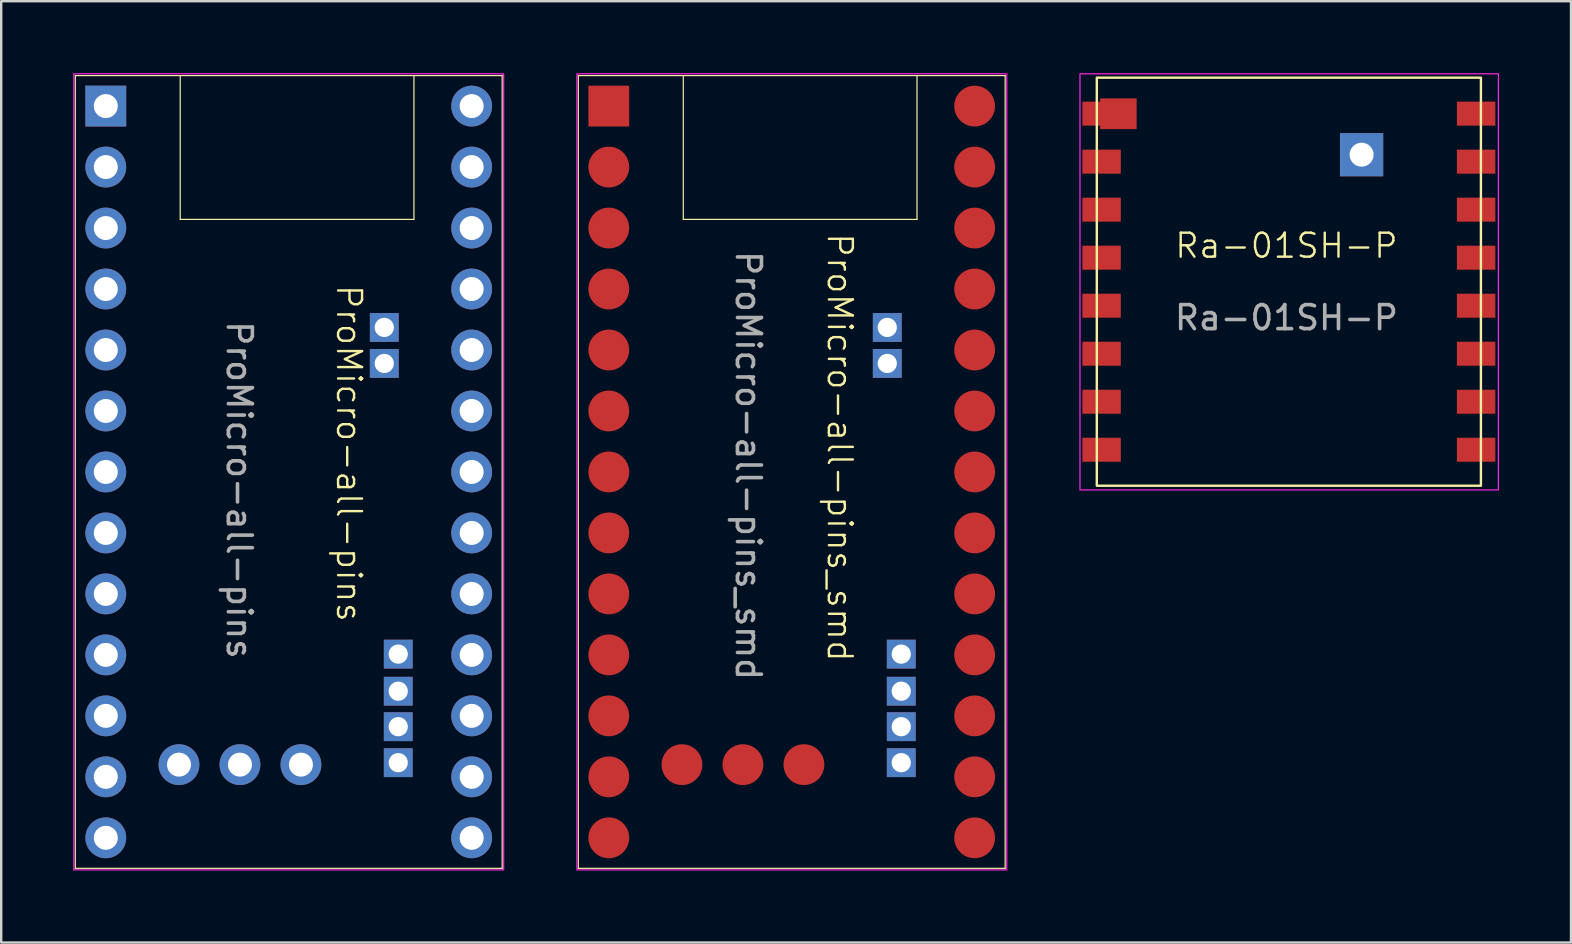
<source format=kicad_pcb>
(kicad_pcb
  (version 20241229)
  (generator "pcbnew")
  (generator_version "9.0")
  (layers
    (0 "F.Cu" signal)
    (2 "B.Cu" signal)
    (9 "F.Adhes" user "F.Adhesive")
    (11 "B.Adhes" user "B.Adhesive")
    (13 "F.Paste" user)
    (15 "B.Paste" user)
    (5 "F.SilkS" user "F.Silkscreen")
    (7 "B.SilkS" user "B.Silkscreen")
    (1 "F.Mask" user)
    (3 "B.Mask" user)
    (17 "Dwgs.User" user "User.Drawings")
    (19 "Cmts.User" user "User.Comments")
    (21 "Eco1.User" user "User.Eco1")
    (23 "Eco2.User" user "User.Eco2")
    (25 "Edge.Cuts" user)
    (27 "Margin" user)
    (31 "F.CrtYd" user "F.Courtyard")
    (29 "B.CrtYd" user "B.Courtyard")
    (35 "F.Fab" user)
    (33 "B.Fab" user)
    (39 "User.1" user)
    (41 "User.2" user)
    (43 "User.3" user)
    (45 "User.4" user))
  (footprint "ProMicro-all-pins_smd"
    (layer "F.Cu")
    (at 30.409 16.089)
    (property "Reference" "ProMicro-all-pins_smd" (at 1.524 -0.5 270) (unlocked yes) (layer "F.SilkS") (effects (font (size 1 1) (thickness 0.1))))
    (attr exclude_from_pos_files exclude_from_bom)
    (fp_line (start -9.37 -15.99) (end 8.41 -15.99) (stroke (width 0.05) (type default)) (layer "F.SilkS"))
    (fp_line (start -9.37 17.03) (end -9.37 -15.99) (stroke (width 0.05) (type default)) (layer "F.SilkS"))
    (fp_line (start -4.997 -10) (end -4.997 -15.99) (stroke (width 0.05) (type default)) (layer "F.SilkS"))
    (fp_line (start 4.738 -15.99) (end 4.738 -10) (stroke (width 0.05) (type default)) (layer "F.SilkS"))
    (fp_line (start 4.738 -10) (end -4.997 -10) (stroke (width 0.05) (type default)) (layer "F.SilkS"))
    (fp_line (start 8.41 -15.99) (end 8.41 17.03) (stroke (width 0.05) (type default)) (layer "F.SilkS"))
    (fp_line (start 8.41 17.03) (end -9.37 17.03) (stroke (width 0.05) (type default)) (layer "F.SilkS"))
    (fp_rect (start -9.429 -16.064) (end 8.477 17.096) (stroke (width 0.05) (type default)) (fill no) (layer "F.CrtYd"))
    (fp_text user "${REFERENCE}" (at -2.286 0.254 270) (unlocked yes) (layer "F.Fab") (effects (font (size 1 1) (thickness 0.15))))
    (pad "1" smd rect (at -8.1 -14.72 180) (size 1.7 1.7) (layers "F.Cu" "F.Mask"))
    (pad "1" smd circle (at -8.1 -7.1 180) (size 1.7 1.7) (layers "F.Cu" "F.Mask"))
    (pad "1" smd circle (at -8.1 -4.56 180) (size 1.7 1.7) (layers "F.Cu" "F.Mask"))
    (pad "1" thru_hole rect (at 4.082 12.63) (size 1.2 1.2) (drill 0.8) (layers "*.Cu" "*.Mask"))
    (pad "1" smd circle (at 7.14 -9.64 180) (size 1.7 1.7) (layers "F.Cu" "F.Mask"))
    (pad "2" smd circle (at -8.1 -12.18 180) (size 1.7 1.7) (layers "F.Cu" "F.Mask"))
    (pad "3" smd circle (at -8.1 -9.64 180) (size 1.7 1.7) (layers "F.Cu" "F.Mask"))
    (pad "6" smd circle (at -8.1 -2.02 180) (size 1.7 1.7) (layers "F.Cu" "F.Mask"))
    (pad "7" smd circle (at -8.1 0.52 180) (size 1.7 1.7) (layers "F.Cu" "F.Mask"))
    (pad "8" smd circle (at -8.1 3.06 180) (size 1.7 1.7) (layers "F.Cu" "F.Mask"))
    (pad "9" smd circle (at -8.1 5.6 180) (size 1.7 1.7) (layers "F.Cu" "F.Mask"))
    (pad "10" smd circle (at -8.1 8.14 180) (size 1.7 1.7) (layers "F.Cu" "F.Mask"))
    (pad "11" smd circle (at -8.1 10.68 180) (size 1.7 1.7) (layers "F.Cu" "F.Mask"))
    (pad "12" smd circle (at -8.1 13.22 180) (size 1.7 1.7) (layers "F.Cu" "F.Mask"))
    (pad "13" smd circle (at -8.1 15.76 180) (size 1.7 1.7) (layers "F.Cu" "F.Mask"))
    (pad "14" smd circle (at 7.14 15.76 180) (size 1.7 1.7) (layers "F.Cu" "F.Mask"))
    (pad "15" smd circle (at 7.14 13.22 180) (size 1.7 1.7) (layers "F.Cu" "F.Mask"))
    (pad "16" smd circle (at 7.14 10.68 180) (size 1.7 1.7) (layers "F.Cu" "F.Mask"))
    (pad "17" smd circle (at 7.14 8.14 180) (size 1.7 1.7) (layers "F.Cu" "F.Mask"))
    (pad "18" smd circle (at 7.14 5.6 180) (size 1.7 1.7) (layers "F.Cu" "F.Mask"))
    (pad "19" smd circle (at 7.14 3.06 180) (size 1.7 1.7) (layers "F.Cu" "F.Mask"))
    (pad "20" smd circle (at 7.14 0.52 180) (size 1.7 1.7) (layers "F.Cu" "F.Mask"))
    (pad "21" smd circle (at 7.14 -2.02 180) (size 1.7 1.7) (layers "F.Cu" "F.Mask"))
    (pad "22" smd circle (at 7.14 -4.56 180) (size 1.7 1.7) (layers "F.Cu" "F.Mask"))
    (pad "23" smd circle (at 7.14 -7.1 180) (size 1.7 1.7) (layers "F.Cu" "F.Mask"))
    (pad "25" smd circle (at 7.14 -14.72 180) (size 1.7 1.7) (layers "F.Cu" "F.Mask"))
    (pad "25" smd circle (at 7.14 -12.18 180) (size 1.7 1.7) (layers "F.Cu" "F.Mask"))
    (pad "i1" smd circle (at -5.052 12.712 180) (size 1.7 1.7) (layers "F.Cu" "F.Mask"))
    (pad "i2" smd circle (at -2.512 12.712 180) (size 1.7 1.7) (layers "F.Cu" "F.Mask"))
    (pad "i3" smd circle (at 0.028 12.712 180) (size 1.7 1.7) (layers "F.Cu" "F.Mask"))
    (pad "i5" thru_hole rect (at 4.082 11.131) (size 1.2 1.2) (drill 0.8) (layers "*.Cu" "*.Mask"))
    (pad "i6" thru_hole rect (at 4.082 9.653) (size 1.2 1.2) (drill 0.8) (layers "*.Cu" "*.Mask"))
    (pad "i7" thru_hole rect (at 4.082 8.108) (size 1.2 1.2) (drill 0.8) (layers "*.Cu" "*.Mask"))
    (pad "i8" thru_hole rect (at 3.5 -4) (size 1.2 1.2) (drill 0.8) (layers "*.Cu" "*.Mask"))
    (pad "i9" thru_hole rect (at 3.5 -5.5) (size 1.2 1.2) (drill 0.8) (layers "*.Cu" "*.Mask")))
  (footprint "Ra-01SH-P"
    (layer "F.Cu")
    (at 50.437 9.684)
    (property "Reference" "Ra-01SH-P" (at 0.1 -2.5 0) (unlocked yes) (layer "F.SilkS") (effects (font (size 1 1) (thickness 0.1))))
    (attr exclude_from_pos_files exclude_from_bom)
    (fp_rect (start -7.8 -9.5) (end 8.2 7.5) (stroke (width 0.1) (type default)) (fill no) (layer "F.SilkS"))
    (fp_rect (start -8.501 -9.659) (end 8.928 7.674) (stroke (width 0.05) (type default)) (fill no) (layer "F.CrtYd"))
    (fp_text user "${REFERENCE}" (at 0.1 0.5 0) (unlocked yes) (layer "F.Fab") (effects (font (size 1 1) (thickness 0.15))))
    (pad "1" smd custom (at -7.6 -8) (size 1.6 1) (layers "F.Cu" "F.Mask" "F.Paste") (options (anchor rect)) (primitives (gr_rect (start -0.06 -0.635) (end 1.46 0.645) (width 0) (fill yes))))
    (pad "2" smd rect (at -7.6 -6) (size 1.6 1) (layers "F.Cu" "F.Mask" "F.Paste"))
    (pad "2" thru_hole rect (at 3.23 -6.29) (size 1.8 1.8) (drill 1) (layers "*.Cu" "*.Mask"))
    (pad "2" smd rect (at 8 -8) (size 1.6 1) (layers "F.Cu" "F.Mask" "F.Paste"))
    (pad "2" smd rect (at 8 6) (size 1.6 1) (layers "F.Cu" "F.Mask" "F.Paste"))
    (pad "3" smd rect (at -7.6 -4) (size 1.6 1) (layers "F.Cu" "F.Mask" "F.Paste"))
    (pad "4" smd rect (at -7.6 -2) (size 1.6 1) (layers "F.Cu" "F.Mask" "F.Paste"))
    (pad "5" smd rect (at -7.6 0) (size 1.6 1) (layers "F.Cu" "F.Mask" "F.Paste"))
    (pad "6" smd rect (at -7.6 2) (size 1.6 1) (layers "F.Cu" "F.Mask" "F.Paste"))
    (pad "7" smd rect (at -7.6 4) (size 1.6 1) (layers "F.Cu" "F.Mask" "F.Paste"))
    (pad "8" smd rect (at -7.6 6) (size 1.6 1) (layers "F.Cu" "F.Mask" "F.Paste"))
    (pad "10" smd rect (at 8 4) (size 1.6 1) (layers "F.Cu" "F.Mask" "F.Paste"))
    (pad "11" smd rect (at 8 2) (size 1.6 1) (layers "F.Cu" "F.Mask" "F.Paste"))
    (pad "12" smd rect (at 8 0) (size 1.6 1) (layers "F.Cu" "F.Mask" "F.Paste"))
    (pad "13" smd rect (at 8 -2) (size 1.6 1) (layers "F.Cu" "F.Mask" "F.Paste"))
    (pad "14" smd rect (at 8 -4) (size 1.6 1) (layers "F.Cu" "F.Mask" "F.Paste"))
    (pad "15" smd rect (at 8 -6) (size 1.6 1) (layers "F.Cu" "F.Mask" "F.Paste")))
  (footprint "ProMicro-all-pins"
    (layer "F.Cu")
    (at 9.457 16.089)
    (property "Reference" "ProMicro-all-pins" (at 2.032 -0.254 270) (unlocked yes) (layer "F.SilkS") (effects (font (size 1 1) (thickness 0.1))))
    (attr exclude_from_pos_files exclude_from_bom)
    (fp_line (start -9.37 -15.99) (end 8.41 -15.99) (stroke (width 0.05) (type solid)) (layer "F.SilkS"))
    (fp_line (start -9.37 17.03) (end -9.37 -15.99) (stroke (width 0.05) (type default)) (layer "F.SilkS"))
    (fp_line (start -5 -10) (end -5 -15.99) (stroke (width 0.05) (type default)) (layer "F.SilkS"))
    (fp_line (start 4.735 -15.99) (end 4.735 -10) (stroke (width 0.05) (type default)) (layer "F.SilkS"))
    (fp_line (start 4.735 -10) (end -5 -10) (stroke (width 0.05) (type default)) (layer "F.SilkS"))
    (fp_line (start 8.41 -15.99) (end 8.41 17.03) (stroke (width 0.05) (type default)) (layer "F.SilkS"))
    (fp_line (start 8.41 17.03) (end -9.37 17.03) (stroke (width 0.05) (type default)) (layer "F.SilkS"))
    (fp_rect (start -9.432 -16.064) (end 8.473 17.096) (stroke (width 0.05) (type default)) (fill no) (layer "F.CrtYd"))
    (fp_text user "${REFERENCE}" (at -2.54 1.27 270) (unlocked yes) (layer "F.Fab") (effects (font (size 1 1) (thickness 0.15))))
    (pad "1" thru_hole rect (at -8.1 -14.72 180) (size 1.7 1.7) (drill 1) (layers "*.Cu" "*.Mask"))
    (pad "1" thru_hole circle (at -8.1 -7.1 180) (size 1.7 1.7) (drill 1) (layers "*.Cu" "*.Mask"))
    (pad "1" thru_hole circle (at -8.1 -4.56 180) (size 1.7 1.7) (drill 1) (layers "*.Cu" "*.Mask"))
    (pad "1" thru_hole rect (at 4.082 12.63) (size 1.2 1.2) (drill 0.8) (layers "*.Cu" "*.Mask"))
    (pad "1" thru_hole circle (at 7.14 -9.64) (size 1.7 1.7) (drill 1) (layers "*.Cu" "*.Mask"))
    (pad "2" thru_hole circle (at -8.1 -12.18 180) (size 1.7 1.7) (drill 1) (layers "*.Cu" "*.Mask"))
    (pad "3" thru_hole circle (at -8.1 -9.64 180) (size 1.7 1.7) (drill 1) (layers "*.Cu" "*.Mask"))
    (pad "6" thru_hole circle (at -8.1 -2.02 180) (size 1.7 1.7) (drill 1) (layers "*.Cu" "*.Mask"))
    (pad "7" thru_hole circle (at -8.1 0.52 180) (size 1.7 1.7) (drill 1) (layers "*.Cu" "*.Mask"))
    (pad "8" thru_hole circle (at -8.1 3.06 180) (size 1.7 1.7) (drill 1) (layers "*.Cu" "*.Mask"))
    (pad "9" thru_hole circle (at -8.1 5.6 180) (size 1.7 1.7) (drill 1) (layers "*.Cu" "*.Mask"))
    (pad "10" thru_hole circle (at -8.1 8.14 180) (size 1.7 1.7) (drill 1) (layers "*.Cu" "*.Mask"))
    (pad "11" thru_hole circle (at -8.1 10.68 180) (size 1.7 1.7) (drill 1) (layers "*.Cu" "*.Mask"))
    (pad "12" thru_hole circle (at -8.1 13.22 180) (size 1.7 1.7) (drill 1) (layers "*.Cu" "*.Mask"))
    (pad "13" thru_hole circle (at -8.1 15.76 180) (size 1.7 1.7) (drill 1) (layers "*.Cu" "*.Mask"))
    (pad "14" thru_hole circle (at 7.14 15.76) (size 1.7 1.7) (drill 1) (layers "*.Cu" "*.Mask"))
    (pad "15" thru_hole circle (at 7.14 13.22) (size 1.7 1.7) (drill 1) (layers "*.Cu" "*.Mask"))
    (pad "16" thru_hole circle (at 7.14 10.68) (size 1.7 1.7) (drill 1) (layers "*.Cu" "*.Mask"))
    (pad "17" thru_hole circle (at 7.14 8.14) (size 1.7 1.7) (drill 1) (layers "*.Cu" "*.Mask"))
    (pad "18" thru_hole circle (at 7.14 5.6) (size 1.7 1.7) (drill 1) (layers "*.Cu" "*.Mask"))
    (pad "19" thru_hole circle (at 7.14 3.06) (size 1.7 1.7) (drill 1) (layers "*.Cu" "*.Mask"))
    (pad "20" thru_hole circle (at 7.14 0.52) (size 1.7 1.7) (drill 1) (layers "*.Cu" "*.Mask"))
    (pad "21" thru_hole circle (at 7.14 -2.02) (size 1.7 1.7) (drill 1) (layers "*.Cu" "*.Mask"))
    (pad "22" thru_hole circle (at 7.14 -4.56) (size 1.7 1.7) (drill 1) (layers "*.Cu" "*.Mask"))
    (pad "23" thru_hole circle (at 7.14 -7.1) (size 1.7 1.7) (drill 1) (layers "*.Cu" "*.Mask"))
    (pad "25" thru_hole circle (at 7.14 -14.72) (size 1.7 1.7) (drill 1) (layers "*.Cu" "*.Mask"))
    (pad "25" thru_hole circle (at 7.14 -12.18) (size 1.7 1.7) (drill 1) (layers "*.Cu" "*.Mask"))
    (pad "i1" thru_hole circle (at -5.052 12.712 90) (size 1.7 1.7) (drill 1) (layers "*.Cu" "*.Mask"))
    (pad "i2" thru_hole circle (at -2.512 12.712 90) (size 1.7 1.7) (drill 1) (layers "*.Cu" "*.Mask"))
    (pad "i3" thru_hole circle (at 0.028 12.712 90) (size 1.7 1.7) (drill 1) (layers "*.Cu" "*.Mask"))
    (pad "i5" thru_hole rect (at 4.082 11.131) (size 1.2 1.2) (drill 0.8) (layers "*.Cu" "*.Mask"))
    (pad "i6" thru_hole rect (at 4.082 9.653) (size 1.2 1.2) (drill 0.8) (layers "*.Cu" "*.Mask"))
    (pad "i7" thru_hole rect (at 4.082 8.108) (size 1.2 1.2) (drill 0.8) (layers "*.Cu" "*.Mask"))
    (pad "i8" thru_hole rect (at 3.5 -4) (size 1.2 1.2) (drill 0.8) (layers "*.Cu" "*.Mask"))
    (pad "i9" thru_hole rect (at 3.5 -5.5) (size 1.2 1.2) (drill 0.8) (layers "*.Cu" "*.Mask")))
  (gr_rect
    (start -3 -3)
    (end 62.389 36.21)
    (stroke (width 0.1) (type default))
    (fill no)
    (layer "Edge.Cuts")))
</source>
